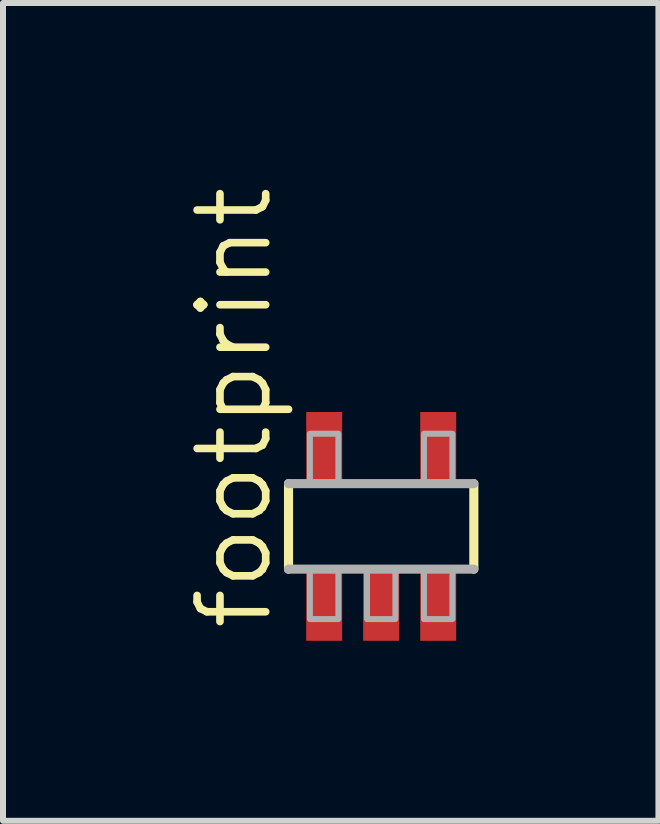
<source format=kicad_pcb>
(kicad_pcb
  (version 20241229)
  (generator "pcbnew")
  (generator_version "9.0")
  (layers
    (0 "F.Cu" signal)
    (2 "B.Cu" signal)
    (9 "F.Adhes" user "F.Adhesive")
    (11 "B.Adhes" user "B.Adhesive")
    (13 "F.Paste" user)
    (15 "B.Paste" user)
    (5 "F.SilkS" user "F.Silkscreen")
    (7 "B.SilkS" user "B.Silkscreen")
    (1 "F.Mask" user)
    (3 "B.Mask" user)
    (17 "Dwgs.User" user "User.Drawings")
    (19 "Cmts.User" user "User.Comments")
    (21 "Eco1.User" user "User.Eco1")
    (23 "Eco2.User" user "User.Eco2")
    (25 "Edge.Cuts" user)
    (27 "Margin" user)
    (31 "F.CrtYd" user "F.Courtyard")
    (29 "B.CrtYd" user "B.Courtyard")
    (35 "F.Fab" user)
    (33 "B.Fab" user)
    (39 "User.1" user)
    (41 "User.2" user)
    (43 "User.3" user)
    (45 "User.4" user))
  (footprint "footprint"
    (layer "F.Cu")
    (at 3.302 5.722)
    (property "Reference" "footprint" (at -1.778 1.778 90) (layer "F.SilkS") (effects (font (size 1.143 1.143) (thickness 0.127)) (justify left bottom)))
    (fp_line (start -1.544 0.712) (end -1.544 -0.713) (stroke (width 0.152) (type solid)) (layer "F.SilkS"))
    (fp_line (start 1.544 -0.713) (end 1.544 0.712) (stroke (width 0.152) (type solid)) (layer "F.SilkS"))
    (fp_line (start -1.544 -0.713) (end 1.544 -0.713) (stroke (width 0.152) (type solid)) (layer "F.Fab"))
    (fp_line (start 1.544 0.712) (end -1.544 0.712) (stroke (width 0.152) (type solid)) (layer "F.Fab"))
    (fp_poly (pts (xy -1.188 -0.713) (xy -0.713 -0.713) (xy -0.713 -1.544) (xy -1.188 -1.544)) (stroke (width 0.1) (type solid)) (fill no) (layer "F.Fab"))
    (fp_poly (pts (xy -1.188 1.544) (xy -0.713 1.544) (xy -0.713 0.712) (xy -1.188 0.712)) (stroke (width 0.1) (type solid)) (fill no) (layer "F.Fab"))
    (fp_poly (pts (xy -0.237 1.544) (xy 0.237 1.544) (xy 0.237 0.712) (xy -0.237 0.712)) (stroke (width 0.1) (type solid)) (fill no) (layer "F.Fab"))
    (fp_poly (pts (xy 0.713 -0.713) (xy 1.188 -0.713) (xy 1.188 -1.544) (xy 0.713 -1.544)) (stroke (width 0.1) (type solid)) (fill no) (layer "F.Fab"))
    (fp_poly (pts (xy 0.713 1.544) (xy 1.188 1.544) (xy 1.188 0.712) (xy 0.713 0.712)) (stroke (width 0.1) (type solid)) (fill no) (layer "F.Fab"))
    (pad "1" smd rect (at -0.95 1.306) (size 0.6 1.2) (layers "F.Cu" "F.Mask" "F.Paste"))
    (pad "2" smd rect (at 0 1.306) (size 0.6 1.2) (layers "F.Cu" "F.Mask" "F.Paste"))
    (pad "3" smd rect (at 0.95 1.306) (size 0.6 1.2) (layers "F.Cu" "F.Mask" "F.Paste"))
    (pad "4" smd rect (at 0.95 -1.306) (size 0.6 1.2) (layers "F.Cu" "F.Mask" "F.Paste"))
    (pad "5" smd rect (at -0.95 -1.306) (size 0.6 1.2) (layers "F.Cu" "F.Mask" "F.Paste")))
  (gr_rect
    (start -3 -3)
    (end 7.922 10.628)
    (stroke (width 0.1) (type default))
    (fill no)
    (layer "Edge.Cuts")))
</source>
